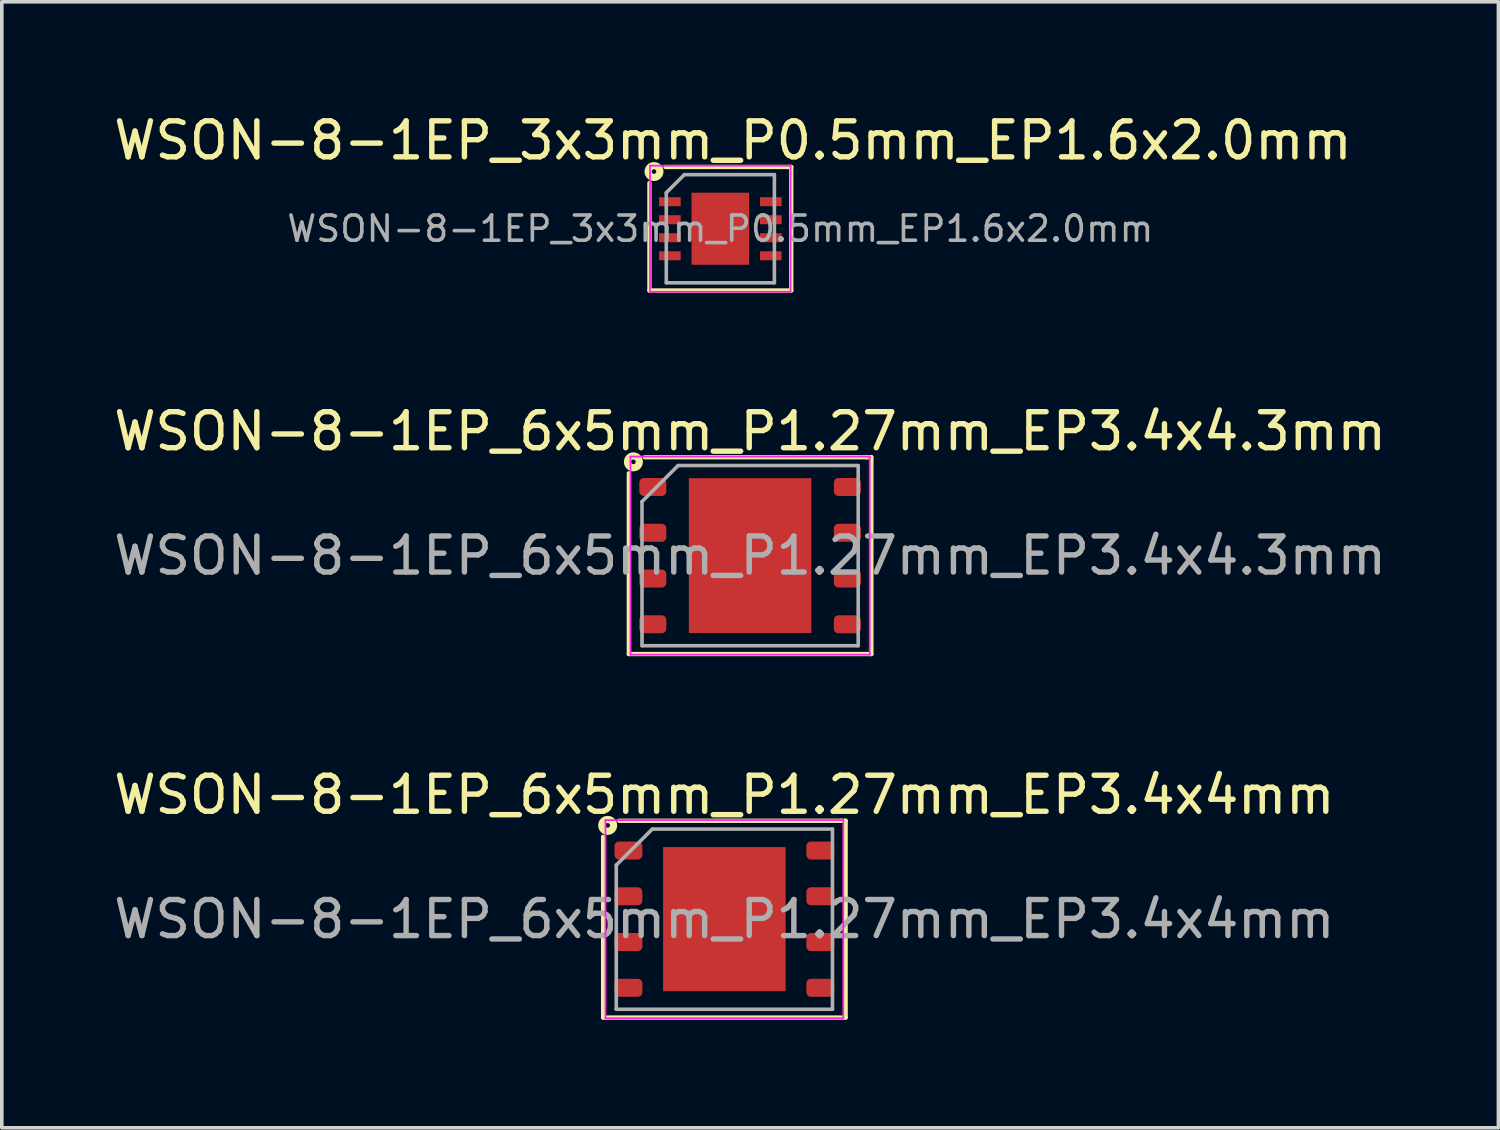
<source format=kicad_pcb>
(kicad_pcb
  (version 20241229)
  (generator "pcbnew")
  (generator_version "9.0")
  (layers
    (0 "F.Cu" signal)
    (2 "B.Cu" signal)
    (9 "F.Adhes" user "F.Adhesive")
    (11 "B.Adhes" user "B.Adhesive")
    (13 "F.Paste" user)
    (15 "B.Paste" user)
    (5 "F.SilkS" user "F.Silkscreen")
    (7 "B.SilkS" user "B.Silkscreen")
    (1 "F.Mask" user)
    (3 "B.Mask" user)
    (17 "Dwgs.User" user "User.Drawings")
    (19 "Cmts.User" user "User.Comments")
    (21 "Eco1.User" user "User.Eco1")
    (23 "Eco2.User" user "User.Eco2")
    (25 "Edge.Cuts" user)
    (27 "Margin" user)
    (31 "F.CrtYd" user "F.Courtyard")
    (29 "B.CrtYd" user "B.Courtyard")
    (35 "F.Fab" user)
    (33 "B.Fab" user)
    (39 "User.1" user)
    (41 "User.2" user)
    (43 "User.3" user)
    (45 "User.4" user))
  (footprint "WSON-8-1EP_6x5mm_P1.27mm_EP3.4x4mm"
    (layer "F.Cu")
    (at 17.054 22.46)
    (property "Reference" "WSON-8-1EP_6x5mm_P1.27mm_EP3.4x4mm" (at 0 -3.45 0) (layer "F.SilkS") (effects (font (size 1 1) (thickness 0.15))))
    (attr smd)
    (fp_line (start -3.365 2.731) (end -3.365 -2.286) (stroke (width 0.12) (type solid)) (layer "F.SilkS"))
    (fp_line (start -2.921 -2.731) (end 3.239 -2.731) (stroke (width 0.12) (type solid)) (layer "F.SilkS"))
    (fp_line (start 3.239 -2.731) (end 3.365 -2.731) (stroke (width 0.12) (type solid)) (layer "F.SilkS"))
    (fp_line (start 3.365 -2.731) (end 3.365 2.731) (stroke (width 0.12) (type solid)) (layer "F.SilkS"))
    (fp_line (start 3.365 2.731) (end -3.365 2.731) (stroke (width 0.12) (type solid)) (layer "F.SilkS"))
    (fp_circle (center -3.239 -2.603) (end -3.175 -2.603) (stroke (width 0.2) (type solid)) (fill no) (layer "F.SilkS"))
    (fp_line (start -3.3 -2.75) (end -3.3 2.75) (stroke (width 0.05) (type solid)) (layer "F.CrtYd"))
    (fp_line (start -3.3 2.75) (end 3.3 2.75) (stroke (width 0.05) (type solid)) (layer "F.CrtYd"))
    (fp_line (start 3.3 -2.75) (end -3.3 -2.75) (stroke (width 0.05) (type solid)) (layer "F.CrtYd"))
    (fp_line (start 3.3 2.75) (end 3.3 -2.75) (stroke (width 0.05) (type solid)) (layer "F.CrtYd"))
    (fp_line (start -3 -1.5) (end -2 -2.5) (stroke (width 0.1) (type solid)) (layer "F.Fab"))
    (fp_line (start -3 2.5) (end -3 -1.5) (stroke (width 0.1) (type solid)) (layer "F.Fab"))
    (fp_line (start -2 -2.5) (end 3 -2.5) (stroke (width 0.1) (type solid)) (layer "F.Fab"))
    (fp_line (start 3 -2.5) (end 3 2.5) (stroke (width 0.1) (type solid)) (layer "F.Fab"))
    (fp_line (start 3 2.5) (end -3 2.5) (stroke (width 0.1) (type solid)) (layer "F.Fab"))
    (fp_text user "${REFERENCE}" (at 0 0 0) (layer "F.Fab") (effects (font (size 1 1) (thickness 0.15))))
    (pad "" smd roundrect (at -0.85 -1) (size 1.37 1.61) (layers "F.Paste") (roundrect_rratio 0.182))
    (pad "" smd roundrect (at -0.85 1) (size 1.37 1.61) (layers "F.Paste") (roundrect_rratio 0.182))
    (pad "" smd roundrect (at 0.85 -1) (size 1.37 1.61) (layers "F.Paste") (roundrect_rratio 0.182))
    (pad "" smd roundrect (at 0.85 1) (size 1.37 1.61) (layers "F.Paste") (roundrect_rratio 0.182))
    (pad "1" smd roundrect (at -2.663 -1.905) (size 0.775 0.5) (layers "F.Cu" "F.Mask" "F.Paste") (roundrect_rratio 0.25))
    (pad "2" smd roundrect (at -2.663 -0.635) (size 0.775 0.5) (layers "F.Cu" "F.Mask" "F.Paste") (roundrect_rratio 0.25))
    (pad "3" smd roundrect (at -2.663 0.635) (size 0.775 0.5) (layers "F.Cu" "F.Mask" "F.Paste") (roundrect_rratio 0.25))
    (pad "4" smd roundrect (at -2.663 1.905) (size 0.775 0.5) (layers "F.Cu" "F.Mask" "F.Paste") (roundrect_rratio 0.25))
    (pad "5" smd roundrect (at 2.663 1.905) (size 0.775 0.5) (layers "F.Cu" "F.Mask" "F.Paste") (roundrect_rratio 0.25))
    (pad "6" smd roundrect (at 2.663 0.635) (size 0.775 0.5) (layers "F.Cu" "F.Mask" "F.Paste") (roundrect_rratio 0.25))
    (pad "7" smd roundrect (at 2.663 -0.635) (size 0.775 0.5) (layers "F.Cu" "F.Mask" "F.Paste") (roundrect_rratio 0.25))
    (pad "8" smd roundrect (at 2.663 -1.905) (size 0.775 0.5) (layers "F.Cu" "F.Mask" "F.Paste") (roundrect_rratio 0.25))
    (pad "9" smd rect (at 0 0) (size 3.4 4) (layers "F.Cu" "F.Mask")))
  (footprint "WSON-8-1EP_3x3mm_P0.5mm_EP1.6x2.0mm"
    (layer "F.Cu")
    (at 16.942 3.298)
    (property "Reference" "WSON-8-1EP_3x3mm_P0.5mm_EP1.6x2.0mm" (at 0.35 -2.45 0) (layer "F.SilkS") (effects (font (size 1 1) (thickness 0.15))))
    (attr smd)
    (fp_line (start -1.968 1.714) (end -1.968 -1.27) (stroke (width 0.12) (type solid)) (layer "F.SilkS"))
    (fp_line (start -1.524 -1.714) (end 1.905 -1.714) (stroke (width 0.12) (type solid)) (layer "F.SilkS"))
    (fp_line (start 1.905 -1.714) (end 1.968 -1.714) (stroke (width 0.12) (type solid)) (layer "F.SilkS"))
    (fp_line (start 1.968 -1.714) (end 1.968 1.714) (stroke (width 0.12) (type solid)) (layer "F.SilkS"))
    (fp_line (start 1.968 1.714) (end -1.968 1.714) (stroke (width 0.12) (type solid)) (layer "F.SilkS"))
    (fp_circle (center -1.841 -1.587) (end -1.778 -1.587) (stroke (width 0.2) (type solid)) (fill no) (layer "F.SilkS"))
    (fp_line (start -1.95 -1.75) (end -1.95 1.75) (stroke (width 0.05) (type solid)) (layer "F.CrtYd"))
    (fp_line (start -1.95 -1.75) (end 1.95 -1.75) (stroke (width 0.05) (type solid)) (layer "F.CrtYd"))
    (fp_line (start -1.95 1.75) (end 1.95 1.75) (stroke (width 0.05) (type solid)) (layer "F.CrtYd"))
    (fp_line (start 1.95 -1.75) (end 1.95 1.75) (stroke (width 0.05) (type solid)) (layer "F.CrtYd"))
    (fp_line (start -1.5 1.5) (end -1.5 -1) (stroke (width 0.1) (type solid)) (layer "F.Fab"))
    (fp_line (start -1 -1.5) (end -1.5 -1) (stroke (width 0.1) (type solid)) (layer "F.Fab"))
    (fp_line (start -1 -1.5) (end 1.5 -1.5) (stroke (width 0.1) (type solid)) (layer "F.Fab"))
    (fp_line (start 1.5 -1.5) (end 1.5 1.5) (stroke (width 0.1) (type solid)) (layer "F.Fab"))
    (fp_line (start 1.5 1.5) (end -1.5 1.5) (stroke (width 0.1) (type solid)) (layer "F.Fab"))
    (fp_text user "${REFERENCE}" (at 0 0 0) (layer "F.Fab") (effects (font (size 0.7 0.7) (thickness 0.1))))
    (pad "" smd rect (at -0.45 -0.55) (size 0.6 0.8) (layers "F.Paste"))
    (pad "" smd rect (at -0.45 0.55) (size 0.6 0.8) (layers "F.Paste"))
    (pad "" smd rect (at 0.45 -0.55) (size 0.6 0.8) (layers "F.Paste"))
    (pad "" smd rect (at 0.45 0.55) (size 0.6 0.8) (layers "F.Paste"))
    (pad "1" smd rect (at -1.4 -0.75) (size 0.6 0.25) (layers "F.Cu" "F.Mask" "F.Paste"))
    (pad "2" smd rect (at -1.4 -0.25) (size 0.6 0.25) (layers "F.Cu" "F.Mask" "F.Paste"))
    (pad "3" smd rect (at -1.4 0.25) (size 0.6 0.25) (layers "F.Cu" "F.Mask" "F.Paste"))
    (pad "4" smd rect (at -1.4 0.75) (size 0.6 0.25) (layers "F.Cu" "F.Mask" "F.Paste"))
    (pad "5" smd rect (at 1.4 0.75) (size 0.6 0.25) (layers "F.Cu" "F.Mask" "F.Paste"))
    (pad "6" smd rect (at 1.4 0.25) (size 0.6 0.25) (layers "F.Cu" "F.Mask" "F.Paste"))
    (pad "7" smd rect (at 1.4 -0.25) (size 0.6 0.25) (layers "F.Cu" "F.Mask" "F.Paste"))
    (pad "8" smd rect (at 1.4 -0.75) (size 0.6 0.25) (layers "F.Cu" "F.Mask" "F.Paste"))
    (pad "9" smd rect (at 0 0) (size 1.6 2) (layers "F.Cu" "F.Mask")))
  (footprint "WSON-8-1EP_6x5mm_P1.27mm_EP3.4x4.3mm"
    (layer "F.Cu")
    (at 17.768 12.371)
    (property "Reference" "WSON-8-1EP_6x5mm_P1.27mm_EP3.4x4.3mm" (at 0 -3.45 0) (layer "F.SilkS") (effects (font (size 1 1) (thickness 0.15))))
    (attr smd)
    (fp_line (start -3.365 2.731) (end -3.365 -2.286) (stroke (width 0.12) (type solid)) (layer "F.SilkS"))
    (fp_line (start -2.921 -2.731) (end 3.239 -2.731) (stroke (width 0.12) (type solid)) (layer "F.SilkS"))
    (fp_line (start 3.239 -2.731) (end 3.365 -2.731) (stroke (width 0.12) (type solid)) (layer "F.SilkS"))
    (fp_line (start 3.365 -2.731) (end 3.365 2.731) (stroke (width 0.12) (type solid)) (layer "F.SilkS"))
    (fp_line (start 3.365 2.731) (end -3.365 2.731) (stroke (width 0.12) (type solid)) (layer "F.SilkS"))
    (fp_circle (center -3.239 -2.603) (end -3.175 -2.603) (stroke (width 0.2) (type solid)) (fill no) (layer "F.SilkS"))
    (fp_line (start -3.32 -2.75) (end -3.32 2.75) (stroke (width 0.05) (type solid)) (layer "F.CrtYd"))
    (fp_line (start -3.32 2.75) (end 3.32 2.75) (stroke (width 0.05) (type solid)) (layer "F.CrtYd"))
    (fp_line (start 3.32 -2.75) (end -3.32 -2.75) (stroke (width 0.05) (type solid)) (layer "F.CrtYd"))
    (fp_line (start 3.32 2.75) (end 3.32 -2.75) (stroke (width 0.05) (type solid)) (layer "F.CrtYd"))
    (fp_line (start -3 -1.5) (end -2 -2.5) (stroke (width 0.1) (type solid)) (layer "F.Fab"))
    (fp_line (start -3 2.5) (end -3 -1.5) (stroke (width 0.1) (type solid)) (layer "F.Fab"))
    (fp_line (start -2 -2.5) (end 3 -2.5) (stroke (width 0.1) (type solid)) (layer "F.Fab"))
    (fp_line (start 3 -2.5) (end 3 2.5) (stroke (width 0.1) (type solid)) (layer "F.Fab"))
    (fp_line (start 3 2.5) (end -3 2.5) (stroke (width 0.1) (type solid)) (layer "F.Fab"))
    (fp_text user "${REFERENCE}" (at 0 0 0) (layer "F.Fab") (effects (font (size 1 1) (thickness 0.15))))
    (pad "" smd roundrect (at -0.85 -1.075) (size 1.37 1.73) (layers "F.Paste") (roundrect_rratio 0.182))
    (pad "" smd roundrect (at -0.85 1.075) (size 1.37 1.73) (layers "F.Paste") (roundrect_rratio 0.182))
    (pad "" smd roundrect (at 0.85 -1.075) (size 1.37 1.73) (layers "F.Paste") (roundrect_rratio 0.182))
    (pad "" smd roundrect (at 0.85 1.075) (size 1.37 1.73) (layers "F.Paste") (roundrect_rratio 0.182))
    (pad "1" smd roundrect (at -2.7 -1.905) (size 0.75 0.5) (layers "F.Cu" "F.Mask" "F.Paste") (roundrect_rratio 0.25))
    (pad "2" smd roundrect (at -2.7 -0.635) (size 0.75 0.5) (layers "F.Cu" "F.Mask" "F.Paste") (roundrect_rratio 0.25))
    (pad "3" smd roundrect (at -2.7 0.635) (size 0.75 0.5) (layers "F.Cu" "F.Mask" "F.Paste") (roundrect_rratio 0.25))
    (pad "4" smd roundrect (at -2.7 1.905) (size 0.75 0.5) (layers "F.Cu" "F.Mask" "F.Paste") (roundrect_rratio 0.25))
    (pad "5" smd roundrect (at 2.7 1.905) (size 0.75 0.5) (layers "F.Cu" "F.Mask" "F.Paste") (roundrect_rratio 0.25))
    (pad "6" smd roundrect (at 2.7 0.635) (size 0.75 0.5) (layers "F.Cu" "F.Mask" "F.Paste") (roundrect_rratio 0.25))
    (pad "7" smd roundrect (at 2.7 -0.635) (size 0.75 0.5) (layers "F.Cu" "F.Mask" "F.Paste") (roundrect_rratio 0.25))
    (pad "8" smd roundrect (at 2.7 -1.905) (size 0.75 0.5) (layers "F.Cu" "F.Mask" "F.Paste") (roundrect_rratio 0.25))
    (pad "9" smd rect (at 0 0) (size 3.4 4.3) (layers "F.Cu" "F.Mask")))
  (gr_rect
    (start -3 -3)
    (end 38.536 28.251)
    (stroke (width 0.1) (type default))
    (fill no)
    (layer "Edge.Cuts")))
</source>
